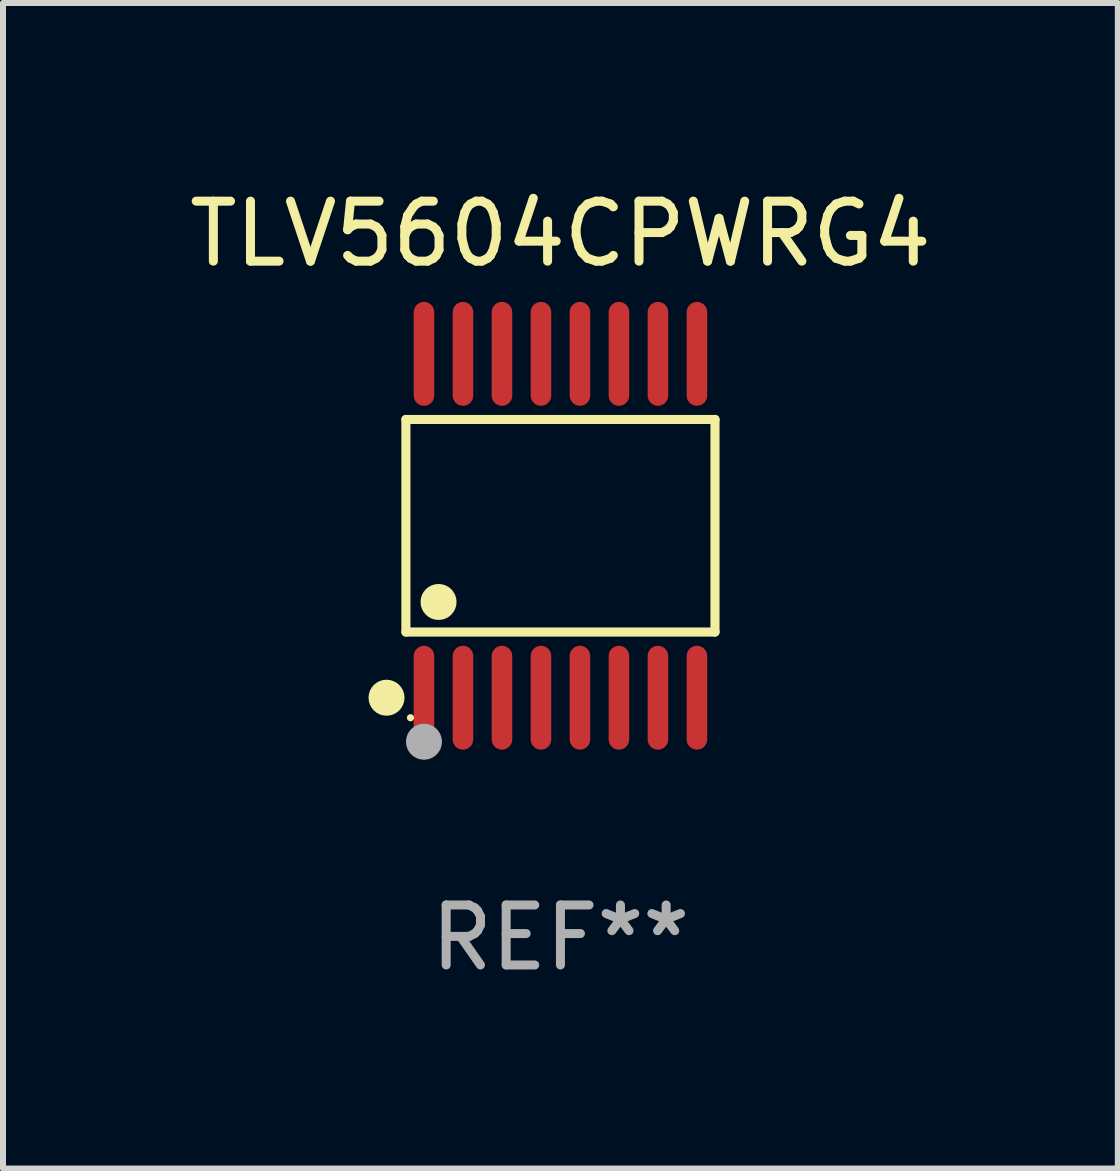
<source format=kicad_pcb>
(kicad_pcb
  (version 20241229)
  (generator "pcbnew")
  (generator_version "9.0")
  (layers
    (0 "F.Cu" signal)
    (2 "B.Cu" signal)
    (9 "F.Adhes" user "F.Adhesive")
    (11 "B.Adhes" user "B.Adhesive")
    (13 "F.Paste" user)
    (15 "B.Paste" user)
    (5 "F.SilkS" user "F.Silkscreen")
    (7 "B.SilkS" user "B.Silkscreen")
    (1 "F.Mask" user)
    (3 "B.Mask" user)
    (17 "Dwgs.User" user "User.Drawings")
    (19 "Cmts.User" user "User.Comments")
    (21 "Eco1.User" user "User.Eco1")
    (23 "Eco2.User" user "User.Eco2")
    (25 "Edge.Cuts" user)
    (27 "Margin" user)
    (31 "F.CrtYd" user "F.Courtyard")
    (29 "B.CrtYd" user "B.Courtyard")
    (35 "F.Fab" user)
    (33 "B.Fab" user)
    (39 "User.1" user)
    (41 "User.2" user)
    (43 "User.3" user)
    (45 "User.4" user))
  (footprint "TLV5604CPWRG4"
    (layer "F.Cu")
    (at 6.292 5.714)
    (property "Reference" "TLV5604CPWRG4" (at 0 -4.866 0) (layer "F.SilkS") (effects (font (size 1 1) (thickness 0.15))))
    (attr through_hole)
    (fp_line (start -2.576 -1.772) (end 2.576 -1.772) (stroke (width 0.152) (type solid)) (layer "F.SilkS"))
    (fp_line (start -2.576 1.771) (end -2.576 -1.772) (stroke (width 0.152) (type solid)) (layer "F.SilkS"))
    (fp_line (start 2.576 -1.772) (end 2.576 1.771) (stroke (width 0.152) (type solid)) (layer "F.SilkS"))
    (fp_line (start 2.576 1.771) (end -2.576 1.771) (stroke (width 0.152) (type solid)) (layer "F.SilkS"))
    (fp_circle (center -2.899 2.866) (end -2.749 2.866) (stroke (width 0.3) (type solid)) (fill no) (layer "F.SilkS"))
    (fp_circle (center -2.5 3.2) (end -2.47 3.2) (stroke (width 0.06) (type solid)) (fill no) (layer "F.SilkS"))
    (fp_circle (center -2.032 1.27) (end -1.882 1.27) (stroke (width 0.3) (type solid)) (fill no) (layer "F.SilkS"))
    (fp_circle (center -2.275 3.6) (end -2.125 3.6) (stroke (width 0.3) (type solid)) (fill no) (layer "F.Fab"))
    (fp_text user "REF**" (at 0 6.866 0) (layer "F.Fab") (effects (font (size 1 1) (thickness 0.15))))
    (pad "1" smd oval (at -2.275 2.866) (size 0.343 1.731) (layers "F.Cu" "F.Mask" "F.Paste"))
    (pad "2" smd oval (at -1.625 2.866) (size 0.343 1.731) (layers "F.Cu" "F.Mask" "F.Paste"))
    (pad "3" smd oval (at -0.975 2.866) (size 0.343 1.731) (layers "F.Cu" "F.Mask" "F.Paste"))
    (pad "4" smd oval (at -0.325 2.866) (size 0.343 1.731) (layers "F.Cu" "F.Mask" "F.Paste"))
    (pad "5" smd oval (at 0.325 2.866) (size 0.343 1.731) (layers "F.Cu" "F.Mask" "F.Paste"))
    (pad "6" smd oval (at 0.975 2.866) (size 0.343 1.731) (layers "F.Cu" "F.Mask" "F.Paste"))
    (pad "7" smd oval (at 1.625 2.866) (size 0.343 1.731) (layers "F.Cu" "F.Mask" "F.Paste"))
    (pad "8" smd oval (at 2.275 2.866) (size 0.343 1.731) (layers "F.Cu" "F.Mask" "F.Paste"))
    (pad "9" smd oval (at 2.275 -2.866) (size 0.343 1.731) (layers "F.Cu" "F.Mask" "F.Paste"))
    (pad "10" smd oval (at 1.625 -2.866) (size 0.343 1.731) (layers "F.Cu" "F.Mask" "F.Paste"))
    (pad "11" smd oval (at 0.975 -2.866) (size 0.343 1.731) (layers "F.Cu" "F.Mask" "F.Paste"))
    (pad "12" smd oval (at 0.325 -2.866) (size 0.343 1.731) (layers "F.Cu" "F.Mask" "F.Paste"))
    (pad "13" smd oval (at -0.325 -2.866) (size 0.343 1.731) (layers "F.Cu" "F.Mask" "F.Paste"))
    (pad "14" smd oval (at -0.975 -2.866) (size 0.343 1.731) (layers "F.Cu" "F.Mask" "F.Paste"))
    (pad "15" smd oval (at -1.625 -2.866) (size 0.343 1.731) (layers "F.Cu" "F.Mask" "F.Paste"))
    (pad "16" smd oval (at -2.275 -2.866) (size 0.343 1.731) (layers "F.Cu" "F.Mask" "F.Paste")))
  (gr_rect
    (start -3 -3)
    (end 15.583 16.428)
    (stroke (width 0.1) (type default))
    (fill no)
    (layer "Edge.Cuts")))
</source>
